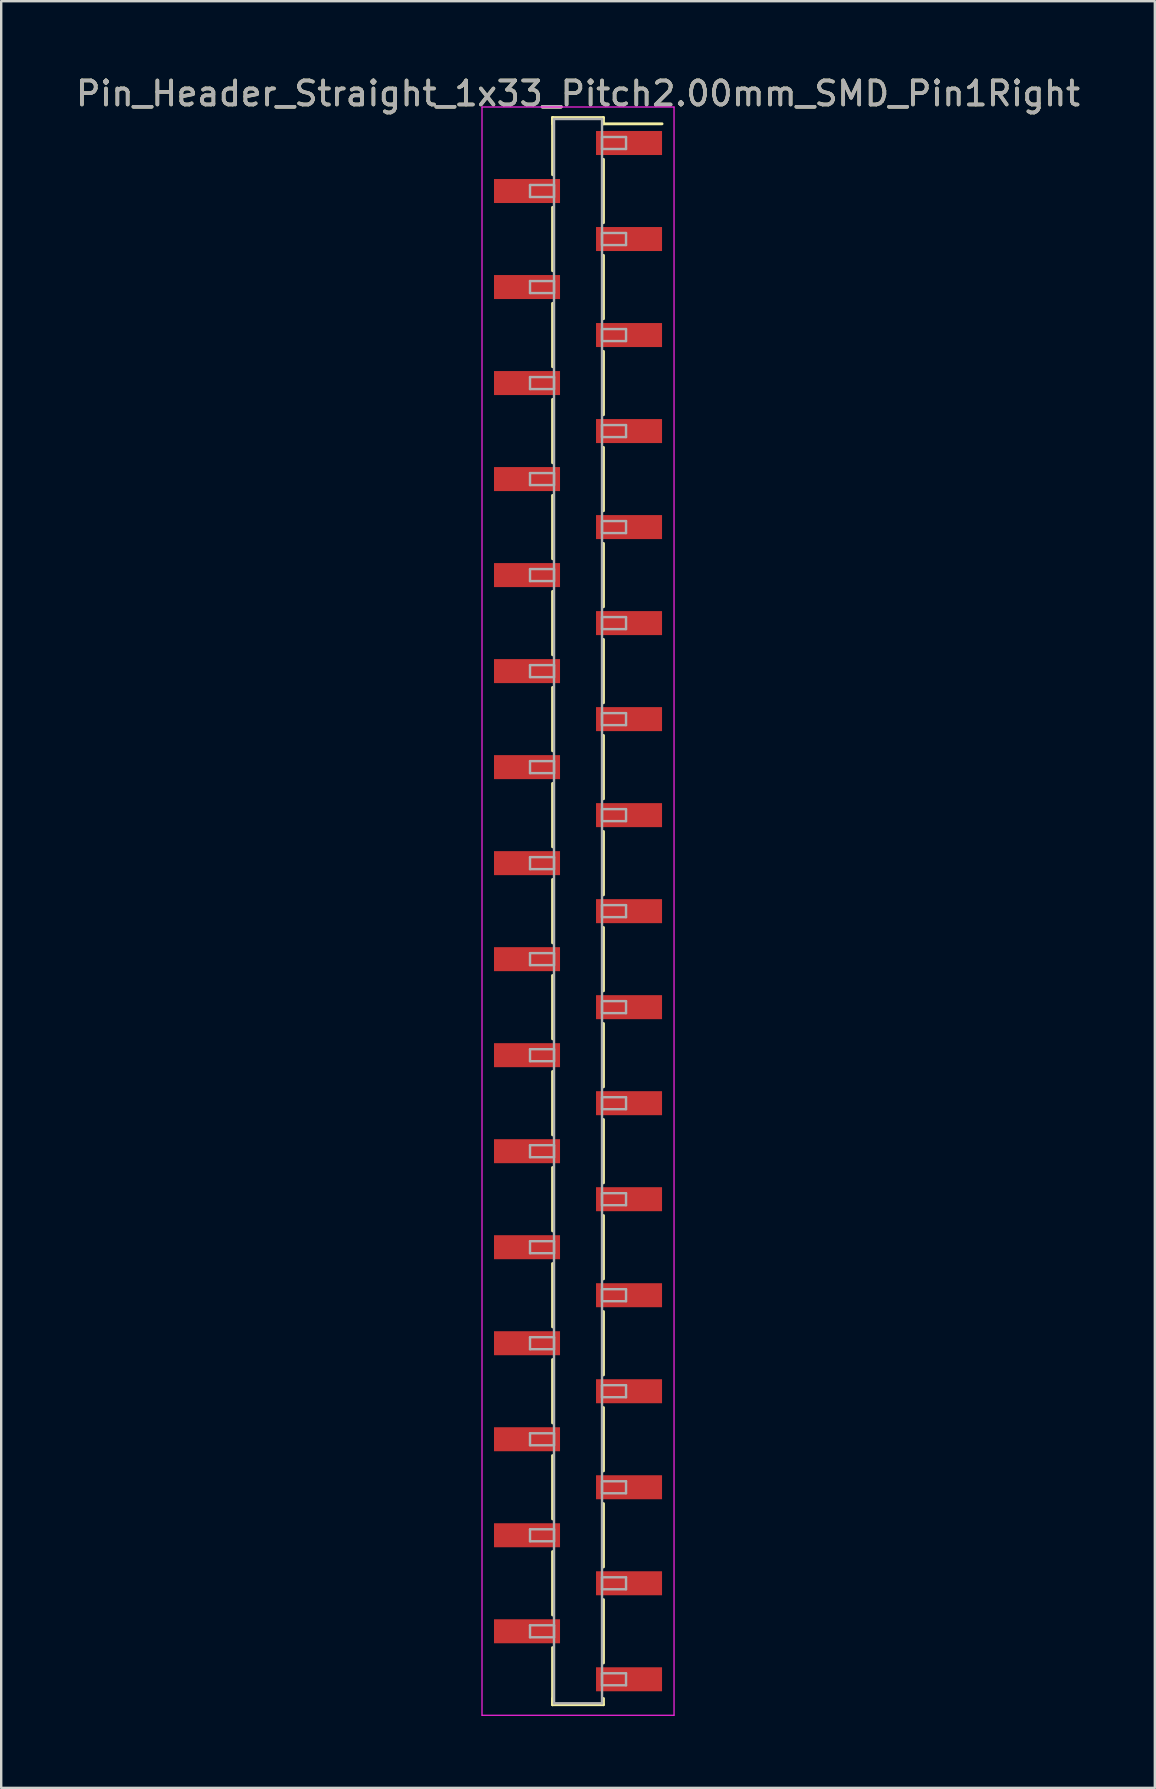
<source format=kicad_pcb>
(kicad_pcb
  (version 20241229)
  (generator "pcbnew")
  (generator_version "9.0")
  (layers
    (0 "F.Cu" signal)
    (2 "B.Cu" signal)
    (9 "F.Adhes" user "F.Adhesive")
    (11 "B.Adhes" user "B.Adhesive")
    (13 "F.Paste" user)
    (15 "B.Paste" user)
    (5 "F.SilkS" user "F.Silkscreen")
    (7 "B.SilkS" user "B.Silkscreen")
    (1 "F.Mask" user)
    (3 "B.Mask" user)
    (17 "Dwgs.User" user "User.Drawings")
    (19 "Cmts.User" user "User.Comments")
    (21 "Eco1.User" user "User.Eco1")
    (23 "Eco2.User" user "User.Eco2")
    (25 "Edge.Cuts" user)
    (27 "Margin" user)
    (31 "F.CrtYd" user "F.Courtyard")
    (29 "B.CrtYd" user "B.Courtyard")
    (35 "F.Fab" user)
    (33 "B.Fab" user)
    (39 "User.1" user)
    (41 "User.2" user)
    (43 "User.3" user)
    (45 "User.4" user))
  (footprint "Pin_Header_Straight_1x33_Pitch2.00mm_SMD_Pin1Right"
    (layer "F.Cu")
    (at 21.03 34.908)
    (property "Reference" "Pin_Header_Straight_1x33_Pitch2.00mm_SMD_Pin1Right" (at 0 -34.06 0) (layer "F.SilkS") (effects (font (size 1 1) (thickness 0.15))))
    (attr smd)
    (fp_line (start -1.06 -33.06) (end -1.06 -30.68) (stroke (width 0.12) (type solid)) (layer "F.SilkS"))
    (fp_line (start -1.06 -33.06) (end 1.06 -33.06) (stroke (width 0.12) (type solid)) (layer "F.SilkS"))
    (fp_line (start -1.06 -32.8) (end -1.06 -33.06) (stroke (width 0.12) (type solid)) (layer "F.SilkS"))
    (fp_line (start -1.06 -29.32) (end -1.06 -26.68) (stroke (width 0.12) (type solid)) (layer "F.SilkS"))
    (fp_line (start -1.06 -25.32) (end -1.06 -22.68) (stroke (width 0.12) (type solid)) (layer "F.SilkS"))
    (fp_line (start -1.06 -21.32) (end -1.06 -18.68) (stroke (width 0.12) (type solid)) (layer "F.SilkS"))
    (fp_line (start -1.06 -17.32) (end -1.06 -14.68) (stroke (width 0.12) (type solid)) (layer "F.SilkS"))
    (fp_line (start -1.06 -13.32) (end -1.06 -10.68) (stroke (width 0.12) (type solid)) (layer "F.SilkS"))
    (fp_line (start -1.06 -9.32) (end -1.06 -6.68) (stroke (width 0.12) (type solid)) (layer "F.SilkS"))
    (fp_line (start -1.06 -5.32) (end -1.06 -2.68) (stroke (width 0.12) (type solid)) (layer "F.SilkS"))
    (fp_line (start -1.06 -1.32) (end -1.06 1.32) (stroke (width 0.12) (type solid)) (layer "F.SilkS"))
    (fp_line (start -1.06 2.68) (end -1.06 5.32) (stroke (width 0.12) (type solid)) (layer "F.SilkS"))
    (fp_line (start -1.06 6.68) (end -1.06 9.32) (stroke (width 0.12) (type solid)) (layer "F.SilkS"))
    (fp_line (start -1.06 10.68) (end -1.06 13.32) (stroke (width 0.12) (type solid)) (layer "F.SilkS"))
    (fp_line (start -1.06 14.68) (end -1.06 17.32) (stroke (width 0.12) (type solid)) (layer "F.SilkS"))
    (fp_line (start -1.06 18.68) (end -1.06 21.32) (stroke (width 0.12) (type solid)) (layer "F.SilkS"))
    (fp_line (start -1.06 22.68) (end -1.06 25.32) (stroke (width 0.12) (type solid)) (layer "F.SilkS"))
    (fp_line (start -1.06 26.68) (end -1.06 29.32) (stroke (width 0.12) (type solid)) (layer "F.SilkS"))
    (fp_line (start -1.06 30.68) (end -1.06 33.06) (stroke (width 0.12) (type solid)) (layer "F.SilkS"))
    (fp_line (start -1.06 32.8) (end -1.06 33.06) (stroke (width 0.12) (type solid)) (layer "F.SilkS"))
    (fp_line (start -1.06 33.06) (end 1.06 33.06) (stroke (width 0.12) (type solid)) (layer "F.SilkS"))
    (fp_line (start 1.06 -33.06) (end 1.06 -32.8) (stroke (width 0.12) (type solid)) (layer "F.SilkS"))
    (fp_line (start 1.06 -32.8) (end 3.5 -32.8) (stroke (width 0.12) (type solid)) (layer "F.SilkS"))
    (fp_line (start 1.06 -31.32) (end 1.06 -28.68) (stroke (width 0.12) (type solid)) (layer "F.SilkS"))
    (fp_line (start 1.06 -27.32) (end 1.06 -24.68) (stroke (width 0.12) (type solid)) (layer "F.SilkS"))
    (fp_line (start 1.06 -23.32) (end 1.06 -20.68) (stroke (width 0.12) (type solid)) (layer "F.SilkS"))
    (fp_line (start 1.06 -19.32) (end 1.06 -16.68) (stroke (width 0.12) (type solid)) (layer "F.SilkS"))
    (fp_line (start 1.06 -15.32) (end 1.06 -12.68) (stroke (width 0.12) (type solid)) (layer "F.SilkS"))
    (fp_line (start 1.06 -11.32) (end 1.06 -8.68) (stroke (width 0.12) (type solid)) (layer "F.SilkS"))
    (fp_line (start 1.06 -7.32) (end 1.06 -4.68) (stroke (width 0.12) (type solid)) (layer "F.SilkS"))
    (fp_line (start 1.06 -3.32) (end 1.06 -0.68) (stroke (width 0.12) (type solid)) (layer "F.SilkS"))
    (fp_line (start 1.06 0.68) (end 1.06 3.32) (stroke (width 0.12) (type solid)) (layer "F.SilkS"))
    (fp_line (start 1.06 4.68) (end 1.06 7.32) (stroke (width 0.12) (type solid)) (layer "F.SilkS"))
    (fp_line (start 1.06 8.68) (end 1.06 11.32) (stroke (width 0.12) (type solid)) (layer "F.SilkS"))
    (fp_line (start 1.06 12.68) (end 1.06 15.32) (stroke (width 0.12) (type solid)) (layer "F.SilkS"))
    (fp_line (start 1.06 16.68) (end 1.06 19.32) (stroke (width 0.12) (type solid)) (layer "F.SilkS"))
    (fp_line (start 1.06 20.68) (end 1.06 23.32) (stroke (width 0.12) (type solid)) (layer "F.SilkS"))
    (fp_line (start 1.06 24.68) (end 1.06 27.32) (stroke (width 0.12) (type solid)) (layer "F.SilkS"))
    (fp_line (start 1.06 28.68) (end 1.06 31.32) (stroke (width 0.12) (type solid)) (layer "F.SilkS"))
    (fp_line (start 1.06 33.06) (end 1.06 32.8) (stroke (width 0.12) (type solid)) (layer "F.SilkS"))
    (fp_line (start -4 -33.5) (end -4 33.5) (stroke (width 0.05) (type solid)) (layer "F.CrtYd"))
    (fp_line (start -4 33.5) (end 4 33.5) (stroke (width 0.05) (type solid)) (layer "F.CrtYd"))
    (fp_line (start 4 -33.5) (end -4 -33.5) (stroke (width 0.05) (type solid)) (layer "F.CrtYd"))
    (fp_line (start 4 33.5) (end 4 -33.5) (stroke (width 0.05) (type solid)) (layer "F.CrtYd"))
    (fp_line (start -2 -30.25) (end -1 -30.25) (stroke (width 0.1) (type solid)) (layer "F.Fab"))
    (fp_line (start -2 -29.75) (end -2 -30.25) (stroke (width 0.1) (type solid)) (layer "F.Fab"))
    (fp_line (start -2 -26.25) (end -1 -26.25) (stroke (width 0.1) (type solid)) (layer "F.Fab"))
    (fp_line (start -2 -25.75) (end -2 -26.25) (stroke (width 0.1) (type solid)) (layer "F.Fab"))
    (fp_line (start -2 -22.25) (end -1 -22.25) (stroke (width 0.1) (type solid)) (layer "F.Fab"))
    (fp_line (start -2 -21.75) (end -2 -22.25) (stroke (width 0.1) (type solid)) (layer "F.Fab"))
    (fp_line (start -2 -18.25) (end -1 -18.25) (stroke (width 0.1) (type solid)) (layer "F.Fab"))
    (fp_line (start -2 -17.75) (end -2 -18.25) (stroke (width 0.1) (type solid)) (layer "F.Fab"))
    (fp_line (start -2 -14.25) (end -1 -14.25) (stroke (width 0.1) (type solid)) (layer "F.Fab"))
    (fp_line (start -2 -13.75) (end -2 -14.25) (stroke (width 0.1) (type solid)) (layer "F.Fab"))
    (fp_line (start -2 -10.25) (end -1 -10.25) (stroke (width 0.1) (type solid)) (layer "F.Fab"))
    (fp_line (start -2 -9.75) (end -2 -10.25) (stroke (width 0.1) (type solid)) (layer "F.Fab"))
    (fp_line (start -2 -6.25) (end -1 -6.25) (stroke (width 0.1) (type solid)) (layer "F.Fab"))
    (fp_line (start -2 -5.75) (end -2 -6.25) (stroke (width 0.1) (type solid)) (layer "F.Fab"))
    (fp_line (start -2 -2.25) (end -1 -2.25) (stroke (width 0.1) (type solid)) (layer "F.Fab"))
    (fp_line (start -2 -1.75) (end -2 -2.25) (stroke (width 0.1) (type solid)) (layer "F.Fab"))
    (fp_line (start -2 1.75) (end -1 1.75) (stroke (width 0.1) (type solid)) (layer "F.Fab"))
    (fp_line (start -2 2.25) (end -2 1.75) (stroke (width 0.1) (type solid)) (layer "F.Fab"))
    (fp_line (start -2 5.75) (end -1 5.75) (stroke (width 0.1) (type solid)) (layer "F.Fab"))
    (fp_line (start -2 6.25) (end -2 5.75) (stroke (width 0.1) (type solid)) (layer "F.Fab"))
    (fp_line (start -2 9.75) (end -1 9.75) (stroke (width 0.1) (type solid)) (layer "F.Fab"))
    (fp_line (start -2 10.25) (end -2 9.75) (stroke (width 0.1) (type solid)) (layer "F.Fab"))
    (fp_line (start -2 13.75) (end -1 13.75) (stroke (width 0.1) (type solid)) (layer "F.Fab"))
    (fp_line (start -2 14.25) (end -2 13.75) (stroke (width 0.1) (type solid)) (layer "F.Fab"))
    (fp_line (start -2 17.75) (end -1 17.75) (stroke (width 0.1) (type solid)) (layer "F.Fab"))
    (fp_line (start -2 18.25) (end -2 17.75) (stroke (width 0.1) (type solid)) (layer "F.Fab"))
    (fp_line (start -2 21.75) (end -1 21.75) (stroke (width 0.1) (type solid)) (layer "F.Fab"))
    (fp_line (start -2 22.25) (end -2 21.75) (stroke (width 0.1) (type solid)) (layer "F.Fab"))
    (fp_line (start -2 25.75) (end -1 25.75) (stroke (width 0.1) (type solid)) (layer "F.Fab"))
    (fp_line (start -2 26.25) (end -2 25.75) (stroke (width 0.1) (type solid)) (layer "F.Fab"))
    (fp_line (start -2 29.75) (end -1 29.75) (stroke (width 0.1) (type solid)) (layer "F.Fab"))
    (fp_line (start -2 30.25) (end -2 29.75) (stroke (width 0.1) (type solid)) (layer "F.Fab"))
    (fp_line (start -1 -33) (end -1 33) (stroke (width 0.1) (type solid)) (layer "F.Fab"))
    (fp_line (start -1 -30.25) (end -1 -29.75) (stroke (width 0.1) (type solid)) (layer "F.Fab"))
    (fp_line (start -1 -29.75) (end -2 -29.75) (stroke (width 0.1) (type solid)) (layer "F.Fab"))
    (fp_line (start -1 -26.25) (end -1 -25.75) (stroke (width 0.1) (type solid)) (layer "F.Fab"))
    (fp_line (start -1 -25.75) (end -2 -25.75) (stroke (width 0.1) (type solid)) (layer "F.Fab"))
    (fp_line (start -1 -22.25) (end -1 -21.75) (stroke (width 0.1) (type solid)) (layer "F.Fab"))
    (fp_line (start -1 -21.75) (end -2 -21.75) (stroke (width 0.1) (type solid)) (layer "F.Fab"))
    (fp_line (start -1 -18.25) (end -1 -17.75) (stroke (width 0.1) (type solid)) (layer "F.Fab"))
    (fp_line (start -1 -17.75) (end -2 -17.75) (stroke (width 0.1) (type solid)) (layer "F.Fab"))
    (fp_line (start -1 -14.25) (end -1 -13.75) (stroke (width 0.1) (type solid)) (layer "F.Fab"))
    (fp_line (start -1 -13.75) (end -2 -13.75) (stroke (width 0.1) (type solid)) (layer "F.Fab"))
    (fp_line (start -1 -10.25) (end -1 -9.75) (stroke (width 0.1) (type solid)) (layer "F.Fab"))
    (fp_line (start -1 -9.75) (end -2 -9.75) (stroke (width 0.1) (type solid)) (layer "F.Fab"))
    (fp_line (start -1 -6.25) (end -1 -5.75) (stroke (width 0.1) (type solid)) (layer "F.Fab"))
    (fp_line (start -1 -5.75) (end -2 -5.75) (stroke (width 0.1) (type solid)) (layer "F.Fab"))
    (fp_line (start -1 -2.25) (end -1 -1.75) (stroke (width 0.1) (type solid)) (layer "F.Fab"))
    (fp_line (start -1 -1.75) (end -2 -1.75) (stroke (width 0.1) (type solid)) (layer "F.Fab"))
    (fp_line (start -1 1.75) (end -1 2.25) (stroke (width 0.1) (type solid)) (layer "F.Fab"))
    (fp_line (start -1 2.25) (end -2 2.25) (stroke (width 0.1) (type solid)) (layer "F.Fab"))
    (fp_line (start -1 5.75) (end -1 6.25) (stroke (width 0.1) (type solid)) (layer "F.Fab"))
    (fp_line (start -1 6.25) (end -2 6.25) (stroke (width 0.1) (type solid)) (layer "F.Fab"))
    (fp_line (start -1 9.75) (end -1 10.25) (stroke (width 0.1) (type solid)) (layer "F.Fab"))
    (fp_line (start -1 10.25) (end -2 10.25) (stroke (width 0.1) (type solid)) (layer "F.Fab"))
    (fp_line (start -1 13.75) (end -1 14.25) (stroke (width 0.1) (type solid)) (layer "F.Fab"))
    (fp_line (start -1 14.25) (end -2 14.25) (stroke (width 0.1) (type solid)) (layer "F.Fab"))
    (fp_line (start -1 17.75) (end -1 18.25) (stroke (width 0.1) (type solid)) (layer "F.Fab"))
    (fp_line (start -1 18.25) (end -2 18.25) (stroke (width 0.1) (type solid)) (layer "F.Fab"))
    (fp_line (start -1 21.75) (end -1 22.25) (stroke (width 0.1) (type solid)) (layer "F.Fab"))
    (fp_line (start -1 22.25) (end -2 22.25) (stroke (width 0.1) (type solid)) (layer "F.Fab"))
    (fp_line (start -1 25.75) (end -1 26.25) (stroke (width 0.1) (type solid)) (layer "F.Fab"))
    (fp_line (start -1 26.25) (end -2 26.25) (stroke (width 0.1) (type solid)) (layer "F.Fab"))
    (fp_line (start -1 29.75) (end -1 30.25) (stroke (width 0.1) (type solid)) (layer "F.Fab"))
    (fp_line (start -1 30.25) (end -2 30.25) (stroke (width 0.1) (type solid)) (layer "F.Fab"))
    (fp_line (start -1 33) (end 1 33) (stroke (width 0.1) (type solid)) (layer "F.Fab"))
    (fp_line (start 1 -33) (end -1 -33) (stroke (width 0.1) (type solid)) (layer "F.Fab"))
    (fp_line (start 1 -32.25) (end 1 -31.75) (stroke (width 0.1) (type solid)) (layer "F.Fab"))
    (fp_line (start 1 -31.75) (end 2 -31.75) (stroke (width 0.1) (type solid)) (layer "F.Fab"))
    (fp_line (start 1 -28.25) (end 1 -27.75) (stroke (width 0.1) (type solid)) (layer "F.Fab"))
    (fp_line (start 1 -27.75) (end 2 -27.75) (stroke (width 0.1) (type solid)) (layer "F.Fab"))
    (fp_line (start 1 -24.25) (end 1 -23.75) (stroke (width 0.1) (type solid)) (layer "F.Fab"))
    (fp_line (start 1 -23.75) (end 2 -23.75) (stroke (width 0.1) (type solid)) (layer "F.Fab"))
    (fp_line (start 1 -20.25) (end 1 -19.75) (stroke (width 0.1) (type solid)) (layer "F.Fab"))
    (fp_line (start 1 -19.75) (end 2 -19.75) (stroke (width 0.1) (type solid)) (layer "F.Fab"))
    (fp_line (start 1 -16.25) (end 1 -15.75) (stroke (width 0.1) (type solid)) (layer "F.Fab"))
    (fp_line (start 1 -15.75) (end 2 -15.75) (stroke (width 0.1) (type solid)) (layer "F.Fab"))
    (fp_line (start 1 -12.25) (end 1 -11.75) (stroke (width 0.1) (type solid)) (layer "F.Fab"))
    (fp_line (start 1 -11.75) (end 2 -11.75) (stroke (width 0.1) (type solid)) (layer "F.Fab"))
    (fp_line (start 1 -8.25) (end 1 -7.75) (stroke (width 0.1) (type solid)) (layer "F.Fab"))
    (fp_line (start 1 -7.75) (end 2 -7.75) (stroke (width 0.1) (type solid)) (layer "F.Fab"))
    (fp_line (start 1 -4.25) (end 1 -3.75) (stroke (width 0.1) (type solid)) (layer "F.Fab"))
    (fp_line (start 1 -3.75) (end 2 -3.75) (stroke (width 0.1) (type solid)) (layer "F.Fab"))
    (fp_line (start 1 -0.25) (end 1 0.25) (stroke (width 0.1) (type solid)) (layer "F.Fab"))
    (fp_line (start 1 0.25) (end 2 0.25) (stroke (width 0.1) (type solid)) (layer "F.Fab"))
    (fp_line (start 1 3.75) (end 1 4.25) (stroke (width 0.1) (type solid)) (layer "F.Fab"))
    (fp_line (start 1 4.25) (end 2 4.25) (stroke (width 0.1) (type solid)) (layer "F.Fab"))
    (fp_line (start 1 7.75) (end 1 8.25) (stroke (width 0.1) (type solid)) (layer "F.Fab"))
    (fp_line (start 1 8.25) (end 2 8.25) (stroke (width 0.1) (type solid)) (layer "F.Fab"))
    (fp_line (start 1 11.75) (end 1 12.25) (stroke (width 0.1) (type solid)) (layer "F.Fab"))
    (fp_line (start 1 12.25) (end 2 12.25) (stroke (width 0.1) (type solid)) (layer "F.Fab"))
    (fp_line (start 1 15.75) (end 1 16.25) (stroke (width 0.1) (type solid)) (layer "F.Fab"))
    (fp_line (start 1 16.25) (end 2 16.25) (stroke (width 0.1) (type solid)) (layer "F.Fab"))
    (fp_line (start 1 19.75) (end 1 20.25) (stroke (width 0.1) (type solid)) (layer "F.Fab"))
    (fp_line (start 1 20.25) (end 2 20.25) (stroke (width 0.1) (type solid)) (layer "F.Fab"))
    (fp_line (start 1 23.75) (end 1 24.25) (stroke (width 0.1) (type solid)) (layer "F.Fab"))
    (fp_line (start 1 24.25) (end 2 24.25) (stroke (width 0.1) (type solid)) (layer "F.Fab"))
    (fp_line (start 1 27.75) (end 1 28.25) (stroke (width 0.1) (type solid)) (layer "F.Fab"))
    (fp_line (start 1 28.25) (end 2 28.25) (stroke (width 0.1) (type solid)) (layer "F.Fab"))
    (fp_line (start 1 31.75) (end 1 32.25) (stroke (width 0.1) (type solid)) (layer "F.Fab"))
    (fp_line (start 1 32.25) (end 2 32.25) (stroke (width 0.1) (type solid)) (layer "F.Fab"))
    (fp_line (start 1 33) (end 1 -33) (stroke (width 0.1) (type solid)) (layer "F.Fab"))
    (fp_line (start 2 -32.25) (end 1 -32.25) (stroke (width 0.1) (type solid)) (layer "F.Fab"))
    (fp_line (start 2 -31.75) (end 2 -32.25) (stroke (width 0.1) (type solid)) (layer "F.Fab"))
    (fp_line (start 2 -28.25) (end 1 -28.25) (stroke (width 0.1) (type solid)) (layer "F.Fab"))
    (fp_line (start 2 -27.75) (end 2 -28.25) (stroke (width 0.1) (type solid)) (layer "F.Fab"))
    (fp_line (start 2 -24.25) (end 1 -24.25) (stroke (width 0.1) (type solid)) (layer "F.Fab"))
    (fp_line (start 2 -23.75) (end 2 -24.25) (stroke (width 0.1) (type solid)) (layer "F.Fab"))
    (fp_line (start 2 -20.25) (end 1 -20.25) (stroke (width 0.1) (type solid)) (layer "F.Fab"))
    (fp_line (start 2 -19.75) (end 2 -20.25) (stroke (width 0.1) (type solid)) (layer "F.Fab"))
    (fp_line (start 2 -16.25) (end 1 -16.25) (stroke (width 0.1) (type solid)) (layer "F.Fab"))
    (fp_line (start 2 -15.75) (end 2 -16.25) (stroke (width 0.1) (type solid)) (layer "F.Fab"))
    (fp_line (start 2 -12.25) (end 1 -12.25) (stroke (width 0.1) (type solid)) (layer "F.Fab"))
    (fp_line (start 2 -11.75) (end 2 -12.25) (stroke (width 0.1) (type solid)) (layer "F.Fab"))
    (fp_line (start 2 -8.25) (end 1 -8.25) (stroke (width 0.1) (type solid)) (layer "F.Fab"))
    (fp_line (start 2 -7.75) (end 2 -8.25) (stroke (width 0.1) (type solid)) (layer "F.Fab"))
    (fp_line (start 2 -4.25) (end 1 -4.25) (stroke (width 0.1) (type solid)) (layer "F.Fab"))
    (fp_line (start 2 -3.75) (end 2 -4.25) (stroke (width 0.1) (type solid)) (layer "F.Fab"))
    (fp_line (start 2 -0.25) (end 1 -0.25) (stroke (width 0.1) (type solid)) (layer "F.Fab"))
    (fp_line (start 2 0.25) (end 2 -0.25) (stroke (width 0.1) (type solid)) (layer "F.Fab"))
    (fp_line (start 2 3.75) (end 1 3.75) (stroke (width 0.1) (type solid)) (layer "F.Fab"))
    (fp_line (start 2 4.25) (end 2 3.75) (stroke (width 0.1) (type solid)) (layer "F.Fab"))
    (fp_line (start 2 7.75) (end 1 7.75) (stroke (width 0.1) (type solid)) (layer "F.Fab"))
    (fp_line (start 2 8.25) (end 2 7.75) (stroke (width 0.1) (type solid)) (layer "F.Fab"))
    (fp_line (start 2 11.75) (end 1 11.75) (stroke (width 0.1) (type solid)) (layer "F.Fab"))
    (fp_line (start 2 12.25) (end 2 11.75) (stroke (width 0.1) (type solid)) (layer "F.Fab"))
    (fp_line (start 2 15.75) (end 1 15.75) (stroke (width 0.1) (type solid)) (layer "F.Fab"))
    (fp_line (start 2 16.25) (end 2 15.75) (stroke (width 0.1) (type solid)) (layer "F.Fab"))
    (fp_line (start 2 19.75) (end 1 19.75) (stroke (width 0.1) (type solid)) (layer "F.Fab"))
    (fp_line (start 2 20.25) (end 2 19.75) (stroke (width 0.1) (type solid)) (layer "F.Fab"))
    (fp_line (start 2 23.75) (end 1 23.75) (stroke (width 0.1) (type solid)) (layer "F.Fab"))
    (fp_line (start 2 24.25) (end 2 23.75) (stroke (width 0.1) (type solid)) (layer "F.Fab"))
    (fp_line (start 2 27.75) (end 1 27.75) (stroke (width 0.1) (type solid)) (layer "F.Fab"))
    (fp_line (start 2 28.25) (end 2 27.75) (stroke (width 0.1) (type solid)) (layer "F.Fab"))
    (fp_line (start 2 31.75) (end 1 31.75) (stroke (width 0.1) (type solid)) (layer "F.Fab"))
    (fp_line (start 2 32.25) (end 2 31.75) (stroke (width 0.1) (type solid)) (layer "F.Fab"))
    (fp_text user "${REFERENCE}" (at 0 -34.06 0) (layer "F.Fab") (effects (font (size 1 1) (thickness 0.15))))
    (pad "1" smd rect (at 2.125 -32) (size 2.75 1) (layers "F.Cu" "F.Mask" "F.Paste"))
    (pad "2" smd rect (at -2.125 -30) (size 2.75 1) (layers "F.Cu" "F.Mask" "F.Paste"))
    (pad "3" smd rect (at 2.125 -28) (size 2.75 1) (layers "F.Cu" "F.Mask" "F.Paste"))
    (pad "4" smd rect (at -2.125 -26) (size 2.75 1) (layers "F.Cu" "F.Mask" "F.Paste"))
    (pad "5" smd rect (at 2.125 -24) (size 2.75 1) (layers "F.Cu" "F.Mask" "F.Paste"))
    (pad "6" smd rect (at -2.125 -22) (size 2.75 1) (layers "F.Cu" "F.Mask" "F.Paste"))
    (pad "7" smd rect (at 2.125 -20) (size 2.75 1) (layers "F.Cu" "F.Mask" "F.Paste"))
    (pad "8" smd rect (at -2.125 -18) (size 2.75 1) (layers "F.Cu" "F.Mask" "F.Paste"))
    (pad "9" smd rect (at 2.125 -16) (size 2.75 1) (layers "F.Cu" "F.Mask" "F.Paste"))
    (pad "10" smd rect (at -2.125 -14) (size 2.75 1) (layers "F.Cu" "F.Mask" "F.Paste"))
    (pad "11" smd rect (at 2.125 -12) (size 2.75 1) (layers "F.Cu" "F.Mask" "F.Paste"))
    (pad "12" smd rect (at -2.125 -10) (size 2.75 1) (layers "F.Cu" "F.Mask" "F.Paste"))
    (pad "13" smd rect (at 2.125 -8) (size 2.75 1) (layers "F.Cu" "F.Mask" "F.Paste"))
    (pad "14" smd rect (at -2.125 -6) (size 2.75 1) (layers "F.Cu" "F.Mask" "F.Paste"))
    (pad "15" smd rect (at 2.125 -4) (size 2.75 1) (layers "F.Cu" "F.Mask" "F.Paste"))
    (pad "16" smd rect (at -2.125 -2) (size 2.75 1) (layers "F.Cu" "F.Mask" "F.Paste"))
    (pad "17" smd rect (at 2.125 0) (size 2.75 1) (layers "F.Cu" "F.Mask" "F.Paste"))
    (pad "18" smd rect (at -2.125 2) (size 2.75 1) (layers "F.Cu" "F.Mask" "F.Paste"))
    (pad "19" smd rect (at 2.125 4) (size 2.75 1) (layers "F.Cu" "F.Mask" "F.Paste"))
    (pad "20" smd rect (at -2.125 6) (size 2.75 1) (layers "F.Cu" "F.Mask" "F.Paste"))
    (pad "21" smd rect (at 2.125 8) (size 2.75 1) (layers "F.Cu" "F.Mask" "F.Paste"))
    (pad "22" smd rect (at -2.125 10) (size 2.75 1) (layers "F.Cu" "F.Mask" "F.Paste"))
    (pad "23" smd rect (at 2.125 12) (size 2.75 1) (layers "F.Cu" "F.Mask" "F.Paste"))
    (pad "24" smd rect (at -2.125 14) (size 2.75 1) (layers "F.Cu" "F.Mask" "F.Paste"))
    (pad "25" smd rect (at 2.125 16) (size 2.75 1) (layers "F.Cu" "F.Mask" "F.Paste"))
    (pad "26" smd rect (at -2.125 18) (size 2.75 1) (layers "F.Cu" "F.Mask" "F.Paste"))
    (pad "27" smd rect (at 2.125 20) (size 2.75 1) (layers "F.Cu" "F.Mask" "F.Paste"))
    (pad "28" smd rect (at -2.125 22) (size 2.75 1) (layers "F.Cu" "F.Mask" "F.Paste"))
    (pad "29" smd rect (at 2.125 24) (size 2.75 1) (layers "F.Cu" "F.Mask" "F.Paste"))
    (pad "30" smd rect (at -2.125 26) (size 2.75 1) (layers "F.Cu" "F.Mask" "F.Paste"))
    (pad "31" smd rect (at 2.125 28) (size 2.75 1) (layers "F.Cu" "F.Mask" "F.Paste"))
    (pad "32" smd rect (at -2.125 30) (size 2.75 1) (layers "F.Cu" "F.Mask" "F.Paste"))
    (pad "33" smd rect (at 2.125 32) (size 2.75 1) (layers "F.Cu" "F.Mask" "F.Paste")))
  (gr_rect
    (start -3 -3)
    (end 45.06 71.433)
    (stroke (width 0.1) (type default))
    (fill no)
    (layer "Edge.Cuts")))
</source>
